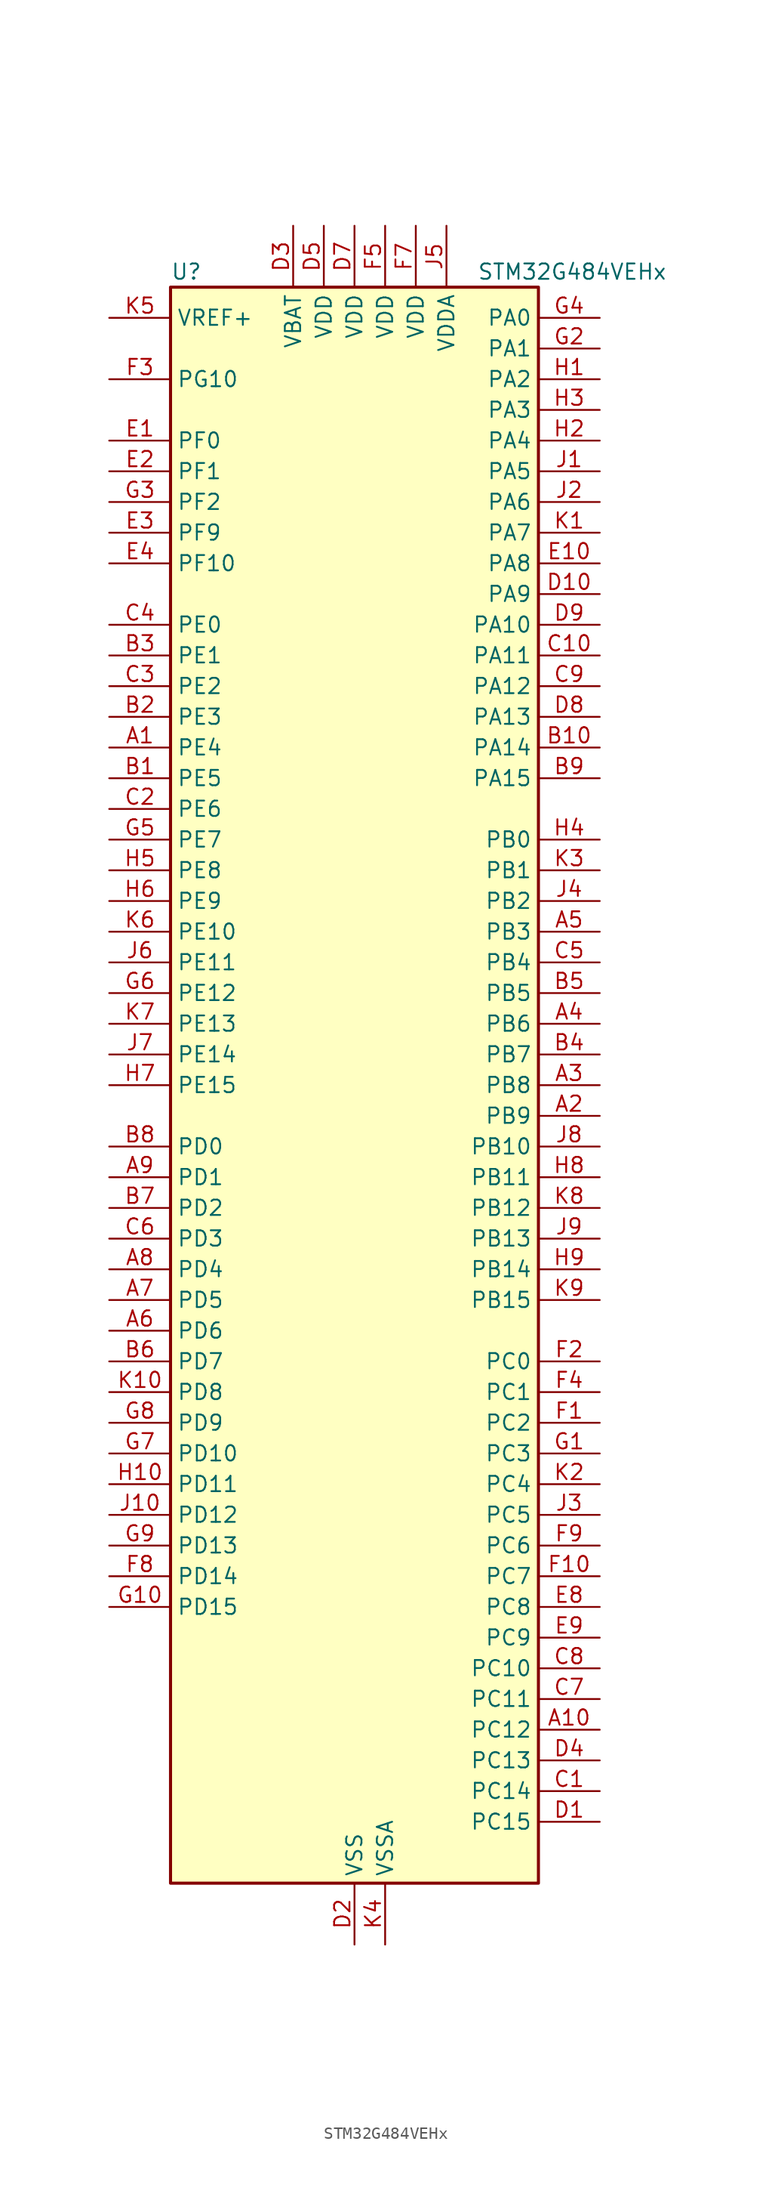
<source format=kicad_sym>
(kicad_symbol_lib
  (version 20231120)
  (generator "kicad_symbol_editor")
  (generator_version "8.0")
  (symbol "STM32G484VEHx"
    (property "Reference" "U"
      (at -15.24 67.31 0)
      (effects (font (size 1.27 1.27)) (justify left)))
    (property "Value" "STM32G484VEHx"
      (at 10.16 67.31 0)
      (effects (font (size 1.27 1.27)) (justify left)))
    (property "ki_locked" ""
      (at 0 0 0)
      (effects (font (size 1.27 1.27))))
    (symbol "STM32G484VEHx_0_1"
      (rectangle (start -15.24 -66.04) (end 15.24 66.04) (stroke (width 0.254) (type default)) (fill (type background))))
    (symbol "STM32G484VEHx_1_1"
      (pin bidirectional line (at -20.32 27.94 0) (length 5.08) (name "PE4" (effects (font (size 1.27 1.27)))) (number "A1" (effects (font (size 1.27 1.27)))) (alternate "FMC_A20" bidirectional line) (alternate "SAI1_D2" bidirectional line) (alternate "SAI1_FS_A" bidirectional line) (alternate "SPI4_NSS" bidirectional line) (alternate "SYS_TRACED1" bidirectional line) (alternate "TIM20_CH1N" bidirectional line) (alternate "TIM3_CH3" bidirectional line))
      (pin bidirectional line (at 20.32 -53.34 180) (length 5.08) (name "PC12" (effects (font (size 1.27 1.27)))) (number "A10" (effects (font (size 1.27 1.27)))) (alternate "HRTIM1_EEV1" bidirectional line) (alternate "I2S3_SD" bidirectional line) (alternate "SPI3_MOSI" bidirectional line) (alternate "TIM5_CH2" bidirectional line) (alternate "TIM8_CH3N" bidirectional line) (alternate "UART5_TX" bidirectional line) (alternate "UCPD1_FRSTX1" bidirectional line) (alternate "UCPD1_FRSTX2" bidirectional line) (alternate "USART3_CK" bidirectional line))
      (pin bidirectional line (at 20.32 -2.54 180) (length 5.08) (name "PB9" (effects (font (size 1.27 1.27)))) (number "A2" (effects (font (size 1.27 1.27)))) (alternate "COMP2_OUT" bidirectional line) (alternate "DAC1_EXTI9" bidirectional line) (alternate "DAC2_EXTI9" bidirectional line) (alternate "DAC3_EXTI9" bidirectional line) (alternate "DAC4_EXTI9" bidirectional line) (alternate "FDCAN1_TX" bidirectional line) (alternate "HRTIM1_EEV5" bidirectional line) (alternate "I2C1_SDA" bidirectional line) (alternate "IR_OUT" bidirectional line) (alternate "SAI1_D2" bidirectional line) (alternate "SAI1_FS_A" bidirectional line) (alternate "TIM17_CH1" bidirectional line) (alternate "TIM1_CH3N" bidirectional line) (alternate "TIM4_CH4" bidirectional line) (alternate "TIM8_CH3" bidirectional line) (alternate "USART3_TX" bidirectional line))
      (pin bidirectional line (at 20.32 0 180) (length 5.08) (name "PB8" (effects (font (size 1.27 1.27)))) (number "A3" (effects (font (size 1.27 1.27)))) (alternate "COMP1_OUT" bidirectional line) (alternate "FDCAN1_RX" bidirectional line) (alternate "HRTIM1_EEV8" bidirectional line) (alternate "I2C1_SCL" bidirectional line) (alternate "SAI1_CK1" bidirectional line) (alternate "SAI1_MCLK_A" bidirectional line) (alternate "TIM16_CH1" bidirectional line) (alternate "TIM1_BKIN" bidirectional line) (alternate "TIM4_CH3" bidirectional line) (alternate "TIM8_CH2" bidirectional line) (alternate "USART3_RX" bidirectional line))
      (pin bidirectional line (at 20.32 5.08 180) (length 5.08) (name "PB6" (effects (font (size 1.27 1.27)))) (number "A4" (effects (font (size 1.27 1.27)))) (alternate "COMP4_OUT" bidirectional line) (alternate "FDCAN2_TX" bidirectional line) (alternate "HRTIM1_EEV4" bidirectional line) (alternate "HRTIM1_SCIN" bidirectional line) (alternate "LPTIM1_ETR" bidirectional line) (alternate "SAI1_FS_B" bidirectional line) (alternate "TIM16_CH1N" bidirectional line) (alternate "TIM4_CH1" bidirectional line) (alternate "TIM8_BKIN2" bidirectional line) (alternate "TIM8_CH1" bidirectional line) (alternate "TIM8_ETR" bidirectional line) (alternate "UCPD1_CC1" bidirectional line) (alternate "USART1_TX" bidirectional line))
      (pin bidirectional line (at 20.32 12.7 180) (length 5.08) (name "PB3" (effects (font (size 1.27 1.27)))) (number "A5" (effects (font (size 1.27 1.27)))) (alternate "ADC3_EXTI3" bidirectional line) (alternate "ADC4_EXTI3" bidirectional line) (alternate "ADC5_EXTI3" bidirectional line) (alternate "CRS_SYNC" bidirectional line) (alternate "FDCAN3_RX" bidirectional line) (alternate "HRTIM1_EEV9" bidirectional line) (alternate "HRTIM1_SCOUT" bidirectional line) (alternate "I2S3_CK" bidirectional line) (alternate "SAI1_SCK_B" bidirectional line) (alternate "SPI1_SCK" bidirectional line) (alternate "SPI3_SCK" bidirectional line) (alternate "SYS_JTDO-SWO" bidirectional line) (alternate "TIM2_CH2" bidirectional line) (alternate "TIM3_ETR" bidirectional line) (alternate "TIM4_ETR" bidirectional line) (alternate "TIM8_CH1N" bidirectional line) (alternate "USART2_TX" bidirectional line))
      (pin bidirectional line (at -20.32 -20.32 0) (length 5.08) (name "PD6" (effects (font (size 1.27 1.27)))) (number "A6" (effects (font (size 1.27 1.27)))) (alternate "FMC_NWAIT" bidirectional line) (alternate "QUADSPI1_BK2_IO2" bidirectional line) (alternate "SAI1_D1" bidirectional line) (alternate "SAI1_SD_A" bidirectional line) (alternate "TIM2_CH4" bidirectional line) (alternate "USART2_RX" bidirectional line))
      (pin bidirectional line (at -20.32 -17.78 0) (length 5.08) (name "PD5" (effects (font (size 1.27 1.27)))) (number "A7" (effects (font (size 1.27 1.27)))) (alternate "FMC_NWE" bidirectional line) (alternate "QUADSPI1_BK2_IO1" bidirectional line) (alternate "USART2_TX" bidirectional line))
      (pin bidirectional line (at -20.32 -15.24 0) (length 5.08) (name "PD4" (effects (font (size 1.27 1.27)))) (number "A8" (effects (font (size 1.27 1.27)))) (alternate "FMC_NOE" bidirectional line) (alternate "QUADSPI1_BK2_IO0" bidirectional line) (alternate "TIM2_CH2" bidirectional line) (alternate "USART2_DE" bidirectional line) (alternate "USART2_RTS" bidirectional line))
      (pin bidirectional line (at -20.32 -7.62 0) (length 5.08) (name "PD1" (effects (font (size 1.27 1.27)))) (number "A9" (effects (font (size 1.27 1.27)))) (alternate "FDCAN1_TX" bidirectional line) (alternate "FMC_D3" bidirectional line) (alternate "FMC_DA3" bidirectional line) (alternate "TIM8_BKIN2" bidirectional line) (alternate "TIM8_CH4" bidirectional line))
      (pin bidirectional line (at -20.32 25.4 0) (length 5.08) (name "PE5" (effects (font (size 1.27 1.27)))) (number "B1" (effects (font (size 1.27 1.27)))) (alternate "FMC_A21" bidirectional line) (alternate "SAI1_CK2" bidirectional line) (alternate "SAI1_SCK_A" bidirectional line) (alternate "SPI4_MISO" bidirectional line) (alternate "SYS_TRACED2" bidirectional line) (alternate "TIM20_CH2N" bidirectional line) (alternate "TIM3_CH4" bidirectional line))
      (pin bidirectional line (at 20.32 27.94 180) (length 5.08) (name "PA14" (effects (font (size 1.27 1.27)))) (number "B10" (effects (font (size 1.27 1.27)))) (alternate "I2C1_SDA" bidirectional line) (alternate "I2C4_SMBA" bidirectional line) (alternate "LPTIM1_OUT" bidirectional line) (alternate "SAI1_FS_B" bidirectional line) (alternate "SYS_JTCK-SWCLK" bidirectional line) (alternate "TIM1_BKIN" bidirectional line) (alternate "TIM8_CH2" bidirectional line) (alternate "USART2_TX" bidirectional line))
      (pin bidirectional line (at -20.32 30.48 0) (length 5.08) (name "PE3" (effects (font (size 1.27 1.27)))) (number "B2" (effects (font (size 1.27 1.27)))) (alternate "ADC3_EXTI3" bidirectional line) (alternate "ADC4_EXTI3" bidirectional line) (alternate "ADC5_EXTI3" bidirectional line) (alternate "FMC_A19" bidirectional line) (alternate "SAI1_SD_B" bidirectional line) (alternate "SPI4_NSS" bidirectional line) (alternate "SYS_TRACED0" bidirectional line) (alternate "TIM20_CH2" bidirectional line) (alternate "TIM3_CH2" bidirectional line))
      (pin bidirectional line (at -20.32 35.56 0) (length 5.08) (name "PE1" (effects (font (size 1.27 1.27)))) (number "B3" (effects (font (size 1.27 1.27)))) (alternate "FMC_NBL1" bidirectional line) (alternate "TIM17_CH1" bidirectional line) (alternate "TIM20_CH4" bidirectional line) (alternate "USART1_RX" bidirectional line))
      (pin bidirectional line (at 20.32 2.54 180) (length 5.08) (name "PB7" (effects (font (size 1.27 1.27)))) (number "B4" (effects (font (size 1.27 1.27)))) (alternate "COMP3_OUT" bidirectional line) (alternate "FMC_NL" bidirectional line) (alternate "HRTIM1_EEV3" bidirectional line) (alternate "I2C1_SDA" bidirectional line) (alternate "I2C4_SDA" bidirectional line) (alternate "LPTIM1_IN2" bidirectional line) (alternate "SYS_PVD_IN" bidirectional line) (alternate "TIM17_CH1N" bidirectional line) (alternate "TIM3_CH4" bidirectional line) (alternate "TIM4_CH2" bidirectional line) (alternate "TIM8_BKIN" bidirectional line) (alternate "UART4_CTS" bidirectional line) (alternate "USART1_RX" bidirectional line))
      (pin bidirectional line (at 20.32 7.62 180) (length 5.08) (name "PB5" (effects (font (size 1.27 1.27)))) (number "B5" (effects (font (size 1.27 1.27)))) (alternate "FDCAN2_RX" bidirectional line) (alternate "HRTIM1_EEV6" bidirectional line) (alternate "I2C1_SMBA" bidirectional line) (alternate "I2C3_SDA" bidirectional line) (alternate "I2S3_SD" bidirectional line) (alternate "LPTIM1_IN1" bidirectional line) (alternate "SAI1_SD_B" bidirectional line) (alternate "SPI1_MOSI" bidirectional line) (alternate "SPI3_MOSI" bidirectional line) (alternate "TIM16_BKIN" bidirectional line) (alternate "TIM17_CH1" bidirectional line) (alternate "TIM3_CH2" bidirectional line) (alternate "TIM8_CH3N" bidirectional line) (alternate "UART5_CTS" bidirectional line) (alternate "USART2_CK" bidirectional line))
      (pin bidirectional line (at -20.32 -22.86 0) (length 5.08) (name "PD7" (effects (font (size 1.27 1.27)))) (number "B6" (effects (font (size 1.27 1.27)))) (alternate "FMC_NCE" bidirectional line) (alternate "FMC_NE1" bidirectional line) (alternate "QUADSPI1_BK2_IO3" bidirectional line) (alternate "TIM2_CH3" bidirectional line) (alternate "USART2_CK" bidirectional line))
      (pin bidirectional line (at -20.32 -10.16 0) (length 5.08) (name "PD2" (effects (font (size 1.27 1.27)))) (number "B7" (effects (font (size 1.27 1.27)))) (alternate "ADC3_EXTI2" bidirectional line) (alternate "ADC4_EXTI2" bidirectional line) (alternate "ADC5_EXTI2" bidirectional line) (alternate "TIM3_ETR" bidirectional line) (alternate "TIM8_BKIN" bidirectional line) (alternate "UART5_RX" bidirectional line))
      (pin bidirectional line (at -20.32 -5.08 0) (length 5.08) (name "PD0" (effects (font (size 1.27 1.27)))) (number "B8" (effects (font (size 1.27 1.27)))) (alternate "FDCAN1_RX" bidirectional line) (alternate "FMC_D2" bidirectional line) (alternate "FMC_DA2" bidirectional line) (alternate "TIM8_CH4N" bidirectional line))
      (pin bidirectional line (at 20.32 25.4 180) (length 5.08) (name "PA15" (effects (font (size 1.27 1.27)))) (number "B9" (effects (font (size 1.27 1.27)))) (alternate "ADC1_EXTI15" bidirectional line) (alternate "ADC2_EXTI15" bidirectional line) (alternate "FDCAN3_TX" bidirectional line) (alternate "HRTIM1_FLT2" bidirectional line) (alternate "I2C1_SCL" bidirectional line) (alternate "I2S3_WS" bidirectional line) (alternate "SPI1_NSS" bidirectional line) (alternate "SPI3_NSS" bidirectional line) (alternate "SYS_JTDI" bidirectional line) (alternate "TIM1_BKIN" bidirectional line) (alternate "TIM2_CH1" bidirectional line) (alternate "TIM2_ETR" bidirectional line) (alternate "TIM8_CH1" bidirectional line) (alternate "UART4_DE" bidirectional line) (alternate "UART4_RTS" bidirectional line) (alternate "USART2_RX" bidirectional line))
      (pin bidirectional line (at 20.32 -58.42 180) (length 5.08) (name "PC14" (effects (font (size 1.27 1.27)))) (number "C1" (effects (font (size 1.27 1.27)))) (alternate "RCC_OSC32_IN" bidirectional line))
      (pin bidirectional line (at 20.32 35.56 180) (length 5.08) (name "PA11" (effects (font (size 1.27 1.27)))) (number "C10" (effects (font (size 1.27 1.27)))) (alternate "ADC1_EXTI11" bidirectional line) (alternate "ADC2_EXTI11" bidirectional line) (alternate "COMP1_OUT" bidirectional line) (alternate "FDCAN1_RX" bidirectional line) (alternate "HRTIM1_CHB2" bidirectional line) (alternate "I2S2_SD" bidirectional line) (alternate "SPI2_MOSI" bidirectional line) (alternate "TIM1_BKIN2" bidirectional line) (alternate "TIM1_CH1N" bidirectional line) (alternate "TIM1_CH4" bidirectional line) (alternate "TIM4_CH1" bidirectional line) (alternate "USART1_CTS" bidirectional line) (alternate "USART1_NSS" bidirectional line) (alternate "USB_DM" bidirectional line))
      (pin bidirectional line (at -20.32 22.86 0) (length 5.08) (name "PE6" (effects (font (size 1.27 1.27)))) (number "C2" (effects (font (size 1.27 1.27)))) (alternate "FMC_A22" bidirectional line) (alternate "RTC_TAMP3" bidirectional line) (alternate "SAI1_D1" bidirectional line) (alternate "SAI1_SD_A" bidirectional line) (alternate "SPI4_MOSI" bidirectional line) (alternate "SYS_TRACED3" bidirectional line) (alternate "SYS_WKUP3" bidirectional line) (alternate "TIM20_CH3N" bidirectional line))
      (pin bidirectional line (at -20.32 33.02 0) (length 5.08) (name "PE2" (effects (font (size 1.27 1.27)))) (number "C3" (effects (font (size 1.27 1.27)))) (alternate "ADC3_EXTI2" bidirectional line) (alternate "ADC4_EXTI2" bidirectional line) (alternate "ADC5_EXTI2" bidirectional line) (alternate "FMC_A23" bidirectional line) (alternate "SAI1_CK1" bidirectional line) (alternate "SAI1_MCLK_A" bidirectional line) (alternate "SPI4_SCK" bidirectional line) (alternate "SYS_TRACECLK" bidirectional line) (alternate "TIM20_CH1" bidirectional line) (alternate "TIM3_CH1" bidirectional line))
      (pin bidirectional line (at -20.32 38.1 0) (length 5.08) (name "PE0" (effects (font (size 1.27 1.27)))) (number "C4" (effects (font (size 1.27 1.27)))) (alternate "FMC_NBL0" bidirectional line) (alternate "TIM16_CH1" bidirectional line) (alternate "TIM20_CH4N" bidirectional line) (alternate "TIM20_ETR" bidirectional line) (alternate "TIM4_ETR" bidirectional line) (alternate "USART1_TX" bidirectional line))
      (pin bidirectional line (at 20.32 10.16 180) (length 5.08) (name "PB4" (effects (font (size 1.27 1.27)))) (number "C5" (effects (font (size 1.27 1.27)))) (alternate "FDCAN3_TX" bidirectional line) (alternate "HRTIM1_EEV7" bidirectional line) (alternate "SAI1_MCLK_B" bidirectional line) (alternate "SPI1_MISO" bidirectional line) (alternate "SPI3_MISO" bidirectional line) (alternate "SYS_JTRST" bidirectional line) (alternate "TIM16_CH1" bidirectional line) (alternate "TIM17_BKIN" bidirectional line) (alternate "TIM3_CH1" bidirectional line) (alternate "TIM8_CH2N" bidirectional line) (alternate "UART5_DE" bidirectional line) (alternate "UART5_RTS" bidirectional line) (alternate "UCPD1_CC2" bidirectional line) (alternate "USART2_RX" bidirectional line))
      (pin bidirectional line (at -20.32 -12.7 0) (length 5.08) (name "PD3" (effects (font (size 1.27 1.27)))) (number "C6" (effects (font (size 1.27 1.27)))) (alternate "ADC3_EXTI3" bidirectional line) (alternate "ADC4_EXTI3" bidirectional line) (alternate "ADC5_EXTI3" bidirectional line) (alternate "FMC_CLK" bidirectional line) (alternate "QUADSPI1_BK2_NCS" bidirectional line) (alternate "TIM2_CH1" bidirectional line) (alternate "TIM2_ETR" bidirectional line) (alternate "USART2_CTS" bidirectional line) (alternate "USART2_NSS" bidirectional line))
      (pin bidirectional line (at 20.32 -50.8 180) (length 5.08) (name "PC11" (effects (font (size 1.27 1.27)))) (number "C7" (effects (font (size 1.27 1.27)))) (alternate "ADC1_EXTI11" bidirectional line) (alternate "ADC2_EXTI11" bidirectional line) (alternate "HRTIM1_EEV2" bidirectional line) (alternate "I2C3_SDA" bidirectional line) (alternate "SPI3_MISO" bidirectional line) (alternate "TIM8_CH2N" bidirectional line) (alternate "UART4_RX" bidirectional line) (alternate "USART3_RX" bidirectional line))
      (pin bidirectional line (at 20.32 -48.26 180) (length 5.08) (name "PC10" (effects (font (size 1.27 1.27)))) (number "C8" (effects (font (size 1.27 1.27)))) (alternate "DAC1_EXTI10" bidirectional line) (alternate "DAC2_EXTI10" bidirectional line) (alternate "DAC3_EXTI10" bidirectional line) (alternate "DAC4_EXTI10" bidirectional line) (alternate "HRTIM1_FLT6" bidirectional line) (alternate "I2S3_CK" bidirectional line) (alternate "SPI3_SCK" bidirectional line) (alternate "TIM8_CH1N" bidirectional line) (alternate "UART4_TX" bidirectional line) (alternate "USART3_TX" bidirectional line))
      (pin bidirectional line (at 20.32 33.02 180) (length 5.08) (name "PA12" (effects (font (size 1.27 1.27)))) (number "C9" (effects (font (size 1.27 1.27)))) (alternate "COMP2_OUT" bidirectional line) (alternate "FDCAN1_TX" bidirectional line) (alternate "HRTIM1_FLT1" bidirectional line) (alternate "I2S_CKIN" bidirectional line) (alternate "TIM16_CH1" bidirectional line) (alternate "TIM1_CH2N" bidirectional line) (alternate "TIM1_ETR" bidirectional line) (alternate "TIM4_CH2" bidirectional line) (alternate "USART1_DE" bidirectional line) (alternate "USART1_RTS" bidirectional line) (alternate "USB_DP" bidirectional line))
      (pin bidirectional line (at 20.32 -60.96 180) (length 5.08) (name "PC15" (effects (font (size 1.27 1.27)))) (number "D1" (effects (font (size 1.27 1.27)))) (alternate "ADC1_EXTI15" bidirectional line) (alternate "ADC2_EXTI15" bidirectional line) (alternate "RCC_OSC32_OUT" bidirectional line))
      (pin bidirectional line (at 20.32 40.64 180) (length 5.08) (name "PA9" (effects (font (size 1.27 1.27)))) (number "D10" (effects (font (size 1.27 1.27)))) (alternate "ADC5_IN2" bidirectional line) (alternate "COMP5_OUT" bidirectional line) (alternate "DAC1_EXTI9" bidirectional line) (alternate "DAC2_EXTI9" bidirectional line) (alternate "DAC3_EXTI9" bidirectional line) (alternate "DAC4_EXTI9" bidirectional line) (alternate "HRTIM1_CHA2" bidirectional line) (alternate "I2C2_SCL" bidirectional line) (alternate "I2C3_SMBA" bidirectional line) (alternate "I2S3_MCK" bidirectional line) (alternate "SAI1_FS_A" bidirectional line) (alternate "TIM15_BKIN" bidirectional line) (alternate "TIM1_CH2" bidirectional line) (alternate "TIM2_CH3" bidirectional line) (alternate "UCPD1_DBCC1" bidirectional line) (alternate "USART1_TX" bidirectional line))
      (pin power_in line (at 0 -71.12 90) (length 5.08) (name "VSS" (effects (font (size 1.27 1.27)))) (number "D2" (effects (font (size 1.27 1.27)))))
      (pin power_in line (at -5.08 71.12 270) (length 5.08) (name "VBAT" (effects (font (size 1.27 1.27)))) (number "D3" (effects (font (size 1.27 1.27)))))
      (pin bidirectional line (at 20.32 -55.88 180) (length 5.08) (name "PC13" (effects (font (size 1.27 1.27)))) (number "D4" (effects (font (size 1.27 1.27)))) (alternate "RTC_OUT1" bidirectional line) (alternate "RTC_TAMP1" bidirectional line) (alternate "RTC_TS" bidirectional line) (alternate "SYS_WKUP2" bidirectional line) (alternate "TIM1_BKIN" bidirectional line) (alternate "TIM1_CH1N" bidirectional line) (alternate "TIM8_CH4N" bidirectional line))
      (pin power_in line (at -2.54 71.12 270) (length 5.08) (name "VDD" (effects (font (size 1.27 1.27)))) (number "D5" (effects (font (size 1.27 1.27)))))
      (pin passive line (at 0 -71.12 90) (length 5.08) hide (name "VSS" (effects (font (size 1.27 1.27)))) (number "D6" (effects (font (size 1.27 1.27)))))
      (pin power_in line (at 0 71.12 270) (length 5.08) (name "VDD" (effects (font (size 1.27 1.27)))) (number "D7" (effects (font (size 1.27 1.27)))))
      (pin bidirectional line (at 20.32 30.48 180) (length 5.08) (name "PA13" (effects (font (size 1.27 1.27)))) (number "D8" (effects (font (size 1.27 1.27)))) (alternate "I2C1_SCL" bidirectional line) (alternate "I2C4_SCL" bidirectional line) (alternate "IR_OUT" bidirectional line) (alternate "SAI1_SD_B" bidirectional line) (alternate "SYS_JTMS-SWDIO" bidirectional line) (alternate "TIM16_CH1N" bidirectional line) (alternate "TIM4_CH3" bidirectional line) (alternate "USART3_CTS" bidirectional line) (alternate "USART3_NSS" bidirectional line))
      (pin bidirectional line (at 20.32 38.1 180) (length 5.08) (name "PA10" (effects (font (size 1.27 1.27)))) (number "D9" (effects (font (size 1.27 1.27)))) (alternate "COMP6_OUT" bidirectional line) (alternate "CRS_SYNC" bidirectional line) (alternate "DAC1_EXTI10" bidirectional line) (alternate "DAC2_EXTI10" bidirectional line) (alternate "DAC3_EXTI10" bidirectional line) (alternate "DAC4_EXTI10" bidirectional line) (alternate "HRTIM1_CHB1" bidirectional line) (alternate "I2C2_SMBA" bidirectional line) (alternate "SAI1_D1" bidirectional line) (alternate "SAI1_SD_A" bidirectional line) (alternate "SPI2_MISO" bidirectional line) (alternate "TIM17_BKIN" bidirectional line) (alternate "TIM1_CH3" bidirectional line) (alternate "TIM2_CH4" bidirectional line) (alternate "TIM8_BKIN" bidirectional line) (alternate "UCPD1_DBCC2" bidirectional line) (alternate "USART1_RX" bidirectional line))
      (pin bidirectional line (at -20.32 53.34 0) (length 5.08) (name "PF0" (effects (font (size 1.27 1.27)))) (number "E1" (effects (font (size 1.27 1.27)))) (alternate "ADC1_IN10" bidirectional line) (alternate "I2C2_SDA" bidirectional line) (alternate "I2S2_WS" bidirectional line) (alternate "RCC_OSC_IN" bidirectional line) (alternate "SPI2_NSS" bidirectional line) (alternate "TIM1_CH3N" bidirectional line))
      (pin bidirectional line (at 20.32 43.18 180) (length 5.08) (name "PA8" (effects (font (size 1.27 1.27)))) (number "E10" (effects (font (size 1.27 1.27)))) (alternate "ADC5_IN1" bidirectional line) (alternate "COMP7_OUT" bidirectional line) (alternate "FDCAN3_RX" bidirectional line) (alternate "HRTIM1_CHA1" bidirectional line) (alternate "I2C2_SDA" bidirectional line) (alternate "I2C3_SCL" bidirectional line) (alternate "I2S2_MCK" bidirectional line) (alternate "OPAMP5_VOUT" bidirectional line) (alternate "RCC_MCO" bidirectional line) (alternate "SAI1_CK2" bidirectional line) (alternate "SAI1_SCK_A" bidirectional line) (alternate "TIM1_CH1" bidirectional line) (alternate "TIM4_ETR" bidirectional line) (alternate "USART1_CK" bidirectional line))
      (pin bidirectional line (at -20.32 50.8 0) (length 5.08) (name "PF1" (effects (font (size 1.27 1.27)))) (number "E2" (effects (font (size 1.27 1.27)))) (alternate "ADC2_IN10" bidirectional line) (alternate "COMP3_INM" bidirectional line) (alternate "I2S2_CK" bidirectional line) (alternate "RCC_OSC_OUT" bidirectional line) (alternate "SPI2_SCK" bidirectional line))
      (pin bidirectional line (at -20.32 45.72 0) (length 5.08) (name "PF9" (effects (font (size 1.27 1.27)))) (number "E3" (effects (font (size 1.27 1.27)))) (alternate "DAC1_EXTI9" bidirectional line) (alternate "DAC2_EXTI9" bidirectional line) (alternate "DAC3_EXTI9" bidirectional line) (alternate "DAC4_EXTI9" bidirectional line) (alternate "FMC_A25" bidirectional line) (alternate "QUADSPI1_BK1_IO1" bidirectional line) (alternate "SAI1_FS_B" bidirectional line) (alternate "SPI2_SCK" bidirectional line) (alternate "TIM15_CH1" bidirectional line) (alternate "TIM20_BKIN" bidirectional line) (alternate "TIM5_CH4" bidirectional line))
      (pin bidirectional line (at -20.32 43.18 0) (length 5.08) (name "PF10" (effects (font (size 1.27 1.27)))) (number "E4" (effects (font (size 1.27 1.27)))) (alternate "DAC1_EXTI10" bidirectional line) (alternate "DAC2_EXTI10" bidirectional line) (alternate "DAC3_EXTI10" bidirectional line) (alternate "DAC4_EXTI10" bidirectional line) (alternate "FMC_A0" bidirectional line) (alternate "QUADSPI1_CLK" bidirectional line) (alternate "SAI1_D3" bidirectional line) (alternate "SPI2_SCK" bidirectional line) (alternate "TIM15_CH2" bidirectional line) (alternate "TIM20_BKIN2" bidirectional line))
      (pin passive line (at 0 -71.12 90) (length 5.08) hide (name "VSS" (effects (font (size 1.27 1.27)))) (number "E5" (effects (font (size 1.27 1.27)))))
      (pin passive line (at 0 -71.12 90) (length 5.08) hide (name "VSS" (effects (font (size 1.27 1.27)))) (number "E6" (effects (font (size 1.27 1.27)))))
      (pin passive line (at 0 -71.12 90) (length 5.08) hide (name "VSS" (effects (font (size 1.27 1.27)))) (number "E7" (effects (font (size 1.27 1.27)))))
      (pin bidirectional line (at 20.32 -43.18 180) (length 5.08) (name "PC8" (effects (font (size 1.27 1.27)))) (number "E8" (effects (font (size 1.27 1.27)))) (alternate "COMP7_OUT" bidirectional line) (alternate "HRTIM1_CHE1" bidirectional line) (alternate "I2C3_SCL" bidirectional line) (alternate "TIM20_CH3" bidirectional line) (alternate "TIM3_CH3" bidirectional line) (alternate "TIM8_CH3" bidirectional line))
      (pin bidirectional line (at 20.32 -45.72 180) (length 5.08) (name "PC9" (effects (font (size 1.27 1.27)))) (number "E9" (effects (font (size 1.27 1.27)))) (alternate "DAC1_EXTI9" bidirectional line) (alternate "DAC2_EXTI9" bidirectional line) (alternate "DAC3_EXTI9" bidirectional line) (alternate "DAC4_EXTI9" bidirectional line) (alternate "HRTIM1_CHE2" bidirectional line) (alternate "I2C3_SDA" bidirectional line) (alternate "I2S_CKIN" bidirectional line) (alternate "TIM3_CH4" bidirectional line) (alternate "TIM8_BKIN2" bidirectional line) (alternate "TIM8_CH4" bidirectional line))
      (pin bidirectional line (at 20.32 -27.94 180) (length 5.08) (name "PC2" (effects (font (size 1.27 1.27)))) (number "F1" (effects (font (size 1.27 1.27)))) (alternate "ADC1_IN8" bidirectional line) (alternate "ADC2_IN8" bidirectional line) (alternate "ADC3_EXTI2" bidirectional line) (alternate "ADC4_EXTI2" bidirectional line) (alternate "ADC5_EXTI2" bidirectional line) (alternate "COMP3_OUT" bidirectional line) (alternate "LPTIM1_IN2" bidirectional line) (alternate "QUADSPI1_BK2_IO1" bidirectional line) (alternate "TIM1_CH3" bidirectional line) (alternate "TIM20_CH2" bidirectional line))
      (pin bidirectional line (at 20.32 -40.64 180) (length 5.08) (name "PC7" (effects (font (size 1.27 1.27)))) (number "F10" (effects (font (size 1.27 1.27)))) (alternate "COMP5_OUT" bidirectional line) (alternate "HRTIM1_CHF2" bidirectional line) (alternate "HRTIM1_FLT5" bidirectional line) (alternate "I2C4_SDA" bidirectional line) (alternate "I2S3_MCK" bidirectional line) (alternate "TIM3_CH2" bidirectional line) (alternate "TIM8_CH2" bidirectional line))
      (pin bidirectional line (at 20.32 -22.86 180) (length 5.08) (name "PC0" (effects (font (size 1.27 1.27)))) (number "F2" (effects (font (size 1.27 1.27)))) (alternate "ADC1_IN6" bidirectional line) (alternate "ADC2_IN6" bidirectional line) (alternate "COMP3_INM" bidirectional line) (alternate "LPTIM1_IN1" bidirectional line) (alternate "LPUART1_RX" bidirectional line) (alternate "TIM1_CH1" bidirectional line))
      (pin bidirectional line (at -20.32 58.42 0) (length 5.08) (name "PG10" (effects (font (size 1.27 1.27)))) (number "F3" (effects (font (size 1.27 1.27)))) (alternate "DAC1_EXTI10" bidirectional line) (alternate "DAC2_EXTI10" bidirectional line) (alternate "DAC3_EXTI10" bidirectional line) (alternate "DAC4_EXTI10" bidirectional line) (alternate "RCC_MCO" bidirectional line))
      (pin bidirectional line (at 20.32 -25.4 180) (length 5.08) (name "PC1" (effects (font (size 1.27 1.27)))) (number "F4" (effects (font (size 1.27 1.27)))) (alternate "ADC1_IN7" bidirectional line) (alternate "ADC2_IN7" bidirectional line) (alternate "COMP3_INP" bidirectional line) (alternate "LPTIM1_OUT" bidirectional line) (alternate "LPUART1_TX" bidirectional line) (alternate "QUADSPI1_BK2_IO0" bidirectional line) (alternate "SAI1_SD_A" bidirectional line) (alternate "TIM1_CH2" bidirectional line))
      (pin power_in line (at 2.54 71.12 270) (length 5.08) (name "VDD" (effects (font (size 1.27 1.27)))) (number "F5" (effects (font (size 1.27 1.27)))))
      (pin passive line (at 0 -71.12 90) (length 5.08) hide (name "VSS" (effects (font (size 1.27 1.27)))) (number "F6" (effects (font (size 1.27 1.27)))))
      (pin power_in line (at 5.08 71.12 270) (length 5.08) (name "VDD" (effects (font (size 1.27 1.27)))) (number "F7" (effects (font (size 1.27 1.27)))))
      (pin bidirectional line (at -20.32 -40.64 0) (length 5.08) (name "PD14" (effects (font (size 1.27 1.27)))) (number "F8" (effects (font (size 1.27 1.27)))) (alternate "ADC3_IN11" bidirectional line) (alternate "ADC4_IN11" bidirectional line) (alternate "ADC5_IN11" bidirectional line) (alternate "COMP7_INP" bidirectional line) (alternate "FMC_D0" bidirectional line) (alternate "FMC_DA0" bidirectional line) (alternate "OPAMP2_VINP" bidirectional line) (alternate "OPAMP2_VINP_SEC" bidirectional line) (alternate "TIM4_CH3" bidirectional line))
      (pin bidirectional line (at 20.32 -38.1 180) (length 5.08) (name "PC6" (effects (font (size 1.27 1.27)))) (number "F9" (effects (font (size 1.27 1.27)))) (alternate "COMP6_OUT" bidirectional line) (alternate "HRTIM1_CHF1" bidirectional line) (alternate "HRTIM1_EEV10" bidirectional line) (alternate "I2C4_SCL" bidirectional line) (alternate "I2S2_MCK" bidirectional line) (alternate "TIM3_CH1" bidirectional line) (alternate "TIM8_CH1" bidirectional line))
      (pin bidirectional line (at 20.32 -30.48 180) (length 5.08) (name "PC3" (effects (font (size 1.27 1.27)))) (number "G1" (effects (font (size 1.27 1.27)))) (alternate "ADC1_IN9" bidirectional line) (alternate "ADC2_IN9" bidirectional line) (alternate "ADC3_EXTI3" bidirectional line) (alternate "ADC4_EXTI3" bidirectional line) (alternate "ADC5_EXTI3" bidirectional line) (alternate "LPTIM1_ETR" bidirectional line) (alternate "OPAMP5_VINP" bidirectional line) (alternate "OPAMP5_VINP_SEC" bidirectional line) (alternate "QUADSPI1_BK2_IO2" bidirectional line) (alternate "SAI1_D1" bidirectional line) (alternate "SAI1_SD_A" bidirectional line) (alternate "TIM1_BKIN2" bidirectional line) (alternate "TIM1_CH4" bidirectional line))
      (pin bidirectional line (at -20.32 -43.18 0) (length 5.08) (name "PD15" (effects (font (size 1.27 1.27)))) (number "G10" (effects (font (size 1.27 1.27)))) (alternate "ADC1_EXTI15" bidirectional line) (alternate "ADC2_EXTI15" bidirectional line) (alternate "COMP7_INM" bidirectional line) (alternate "FMC_D1" bidirectional line) (alternate "FMC_DA1" bidirectional line) (alternate "SPI2_NSS" bidirectional line) (alternate "TIM4_CH4" bidirectional line))
      (pin bidirectional line (at 20.32 60.96 180) (length 5.08) (name "PA1" (effects (font (size 1.27 1.27)))) (number "G2" (effects (font (size 1.27 1.27)))) (alternate "ADC1_IN2" bidirectional line) (alternate "ADC2_IN2" bidirectional line) (alternate "COMP1_INP" bidirectional line) (alternate "OPAMP1_VINP" bidirectional line) (alternate "OPAMP1_VINP_SEC" bidirectional line) (alternate "OPAMP3_VINP" bidirectional line) (alternate "OPAMP3_VINP_SEC" bidirectional line) (alternate "OPAMP6_VINM" bidirectional line) (alternate "OPAMP6_VINM0" bidirectional line) (alternate "OPAMP6_VINM_SEC" bidirectional line) (alternate "RTC_REFIN" bidirectional line) (alternate "TIM15_CH1N" bidirectional line) (alternate "TIM2_CH2" bidirectional line) (alternate "TIM5_CH2" bidirectional line) (alternate "USART2_DE" bidirectional line) (alternate "USART2_RTS" bidirectional line))
      (pin bidirectional line (at -20.32 48.26 0) (length 5.08) (name "PF2" (effects (font (size 1.27 1.27)))) (number "G3" (effects (font (size 1.27 1.27)))) (alternate "ADC3_EXTI2" bidirectional line) (alternate "ADC4_EXTI2" bidirectional line) (alternate "ADC5_EXTI2" bidirectional line) (alternate "FMC_A2" bidirectional line) (alternate "I2C2_SMBA" bidirectional line) (alternate "TIM20_CH3" bidirectional line))
      (pin bidirectional line (at 20.32 63.5 180) (length 5.08) (name "PA0" (effects (font (size 1.27 1.27)))) (number "G4" (effects (font (size 1.27 1.27)))) (alternate "ADC1_IN1" bidirectional line) (alternate "ADC2_IN1" bidirectional line) (alternate "COMP1_INM" bidirectional line) (alternate "COMP1_OUT" bidirectional line) (alternate "COMP3_INP" bidirectional line) (alternate "RTC_TAMP2" bidirectional line) (alternate "SYS_WKUP1" bidirectional line) (alternate "TIM2_CH1" bidirectional line) (alternate "TIM2_ETR" bidirectional line) (alternate "TIM5_CH1" bidirectional line) (alternate "TIM8_BKIN" bidirectional line) (alternate "TIM8_ETR" bidirectional line) (alternate "USART2_CTS" bidirectional line) (alternate "USART2_NSS" bidirectional line))
      (pin bidirectional line (at -20.32 20.32 0) (length 5.08) (name "PE7" (effects (font (size 1.27 1.27)))) (number "G5" (effects (font (size 1.27 1.27)))) (alternate "ADC3_IN4" bidirectional line) (alternate "COMP4_INP" bidirectional line) (alternate "FMC_D4" bidirectional line) (alternate "FMC_DA4" bidirectional line) (alternate "SAI1_SD_B" bidirectional line) (alternate "TIM1_ETR" bidirectional line))
      (pin bidirectional line (at -20.32 7.62 0) (length 5.08) (name "PE12" (effects (font (size 1.27 1.27)))) (number "G6" (effects (font (size 1.27 1.27)))) (alternate "ADC3_IN16" bidirectional line) (alternate "ADC4_IN16" bidirectional line) (alternate "ADC5_IN16" bidirectional line) (alternate "FMC_D9" bidirectional line) (alternate "FMC_DA9" bidirectional line) (alternate "QUADSPI1_BK1_IO0" bidirectional line) (alternate "SPI4_SCK" bidirectional line) (alternate "TIM1_CH3N" bidirectional line))
      (pin bidirectional line (at -20.32 -30.48 0) (length 5.08) (name "PD10" (effects (font (size 1.27 1.27)))) (number "G7" (effects (font (size 1.27 1.27)))) (alternate "ADC3_IN7" bidirectional line) (alternate "ADC4_IN7" bidirectional line) (alternate "ADC5_IN7" bidirectional line) (alternate "COMP6_INM" bidirectional line) (alternate "DAC1_EXTI10" bidirectional line) (alternate "DAC2_EXTI10" bidirectional line) (alternate "DAC3_EXTI10" bidirectional line) (alternate "DAC4_EXTI10" bidirectional line) (alternate "FMC_D15" bidirectional line) (alternate "FMC_DA15" bidirectional line) (alternate "USART3_CK" bidirectional line))
      (pin bidirectional line (at -20.32 -27.94 0) (length 5.08) (name "PD9" (effects (font (size 1.27 1.27)))) (number "G8" (effects (font (size 1.27 1.27)))) (alternate "ADC4_IN13" bidirectional line) (alternate "ADC5_IN13" bidirectional line) (alternate "DAC1_EXTI9" bidirectional line) (alternate "DAC2_EXTI9" bidirectional line) (alternate "DAC3_EXTI9" bidirectional line) (alternate "DAC4_EXTI9" bidirectional line) (alternate "FMC_D14" bidirectional line) (alternate "FMC_DA14" bidirectional line) (alternate "OPAMP6_VINP" bidirectional line) (alternate "OPAMP6_VINP_SEC" bidirectional line) (alternate "USART3_RX" bidirectional line))
      (pin bidirectional line (at -20.32 -38.1 0) (length 5.08) (name "PD13" (effects (font (size 1.27 1.27)))) (number "G9" (effects (font (size 1.27 1.27)))) (alternate "ADC3_IN10" bidirectional line) (alternate "ADC4_IN10" bidirectional line) (alternate "ADC5_IN10" bidirectional line) (alternate "COMP5_INM" bidirectional line) (alternate "FMC_A18" bidirectional line) (alternate "TIM4_CH2" bidirectional line))
      (pin bidirectional line (at 20.32 58.42 180) (length 5.08) (name "PA2" (effects (font (size 1.27 1.27)))) (number "H1" (effects (font (size 1.27 1.27)))) (alternate "ADC1_IN3" bidirectional line) (alternate "ADC3_EXTI2" bidirectional line) (alternate "ADC4_EXTI2" bidirectional line) (alternate "ADC5_EXTI2" bidirectional line) (alternate "COMP2_INM" bidirectional line) (alternate "COMP2_OUT" bidirectional line) (alternate "LPUART1_TX" bidirectional line) (alternate "OPAMP1_VOUT" bidirectional line) (alternate "QUADSPI1_BK1_NCS" bidirectional line) (alternate "RCC_LSCO" bidirectional line) (alternate "SYS_WKUP4" bidirectional line) (alternate "TIM15_CH1" bidirectional line) (alternate "TIM2_CH3" bidirectional line) (alternate "TIM5_CH3" bidirectional line) (alternate "UCPD1_FRSTX1" bidirectional line) (alternate "UCPD1_FRSTX2" bidirectional line) (alternate "USART2_TX" bidirectional line))
      (pin bidirectional line (at -20.32 -33.02 0) (length 5.08) (name "PD11" (effects (font (size 1.27 1.27)))) (number "H10" (effects (font (size 1.27 1.27)))) (alternate "ADC1_EXTI11" bidirectional line) (alternate "ADC2_EXTI11" bidirectional line) (alternate "ADC3_IN8" bidirectional line) (alternate "ADC4_IN8" bidirectional line) (alternate "ADC5_IN8" bidirectional line) (alternate "COMP6_INP" bidirectional line) (alternate "FMC_A16" bidirectional line) (alternate "FMC_CLE" bidirectional line) (alternate "I2C4_SMBA" bidirectional line) (alternate "OPAMP4_VINP" bidirectional line) (alternate "OPAMP4_VINP_SEC" bidirectional line) (alternate "TIM5_ETR" bidirectional line) (alternate "USART3_CTS" bidirectional line) (alternate "USART3_NSS" bidirectional line))
      (pin bidirectional line (at 20.32 53.34 180) (length 5.08) (name "PA4" (effects (font (size 1.27 1.27)))) (number "H2" (effects (font (size 1.27 1.27)))) (alternate "ADC2_IN17" bidirectional line) (alternate "COMP1_INM" bidirectional line) (alternate "DAC1_OUT1" bidirectional line) (alternate "I2S3_WS" bidirectional line) (alternate "SAI1_FS_B" bidirectional line) (alternate "SPI1_NSS" bidirectional line) (alternate "SPI3_NSS" bidirectional line) (alternate "TIM3_CH2" bidirectional line) (alternate "USART2_CK" bidirectional line))
      (pin bidirectional line (at 20.32 55.88 180) (length 5.08) (name "PA3" (effects (font (size 1.27 1.27)))) (number "H3" (effects (font (size 1.27 1.27)))) (alternate "ADC1_IN4" bidirectional line) (alternate "ADC3_EXTI3" bidirectional line) (alternate "ADC4_EXTI3" bidirectional line) (alternate "ADC5_EXTI3" bidirectional line) (alternate "COMP2_INP" bidirectional line) (alternate "LPUART1_RX" bidirectional line) (alternate "OPAMP1_VINM" bidirectional line) (alternate "OPAMP1_VINM0" bidirectional line) (alternate "OPAMP1_VINM_SEC" bidirectional line) (alternate "OPAMP1_VINP" bidirectional line) (alternate "OPAMP1_VINP_SEC" bidirectional line) (alternate "OPAMP5_VINM" bidirectional line) (alternate "OPAMP5_VINM1" bidirectional line) (alternate "OPAMP5_VINM_SEC" bidirectional line) (alternate "QUADSPI1_CLK" bidirectional line) (alternate "SAI1_CK1" bidirectional line) (alternate "SAI1_MCLK_A" bidirectional line) (alternate "TIM15_CH2" bidirectional line) (alternate "TIM2_CH4" bidirectional line) (alternate "TIM5_CH4" bidirectional line) (alternate "USART2_RX" bidirectional line))
      (pin bidirectional line (at 20.32 20.32 180) (length 5.08) (name "PB0" (effects (font (size 1.27 1.27)))) (number "H4" (effects (font (size 1.27 1.27)))) (alternate "ADC1_IN15" bidirectional line) (alternate "ADC3_IN12" bidirectional line) (alternate "COMP4_INP" bidirectional line) (alternate "HRTIM1_FLT5" bidirectional line) (alternate "OPAMP2_VINP" bidirectional line) (alternate "OPAMP2_VINP_SEC" bidirectional line) (alternate "OPAMP3_VINP" bidirectional line) (alternate "OPAMP3_VINP_SEC" bidirectional line) (alternate "QUADSPI1_BK1_IO1" bidirectional line) (alternate "TIM1_CH2N" bidirectional line) (alternate "TIM3_CH3" bidirectional line) (alternate "TIM8_CH2N" bidirectional line) (alternate "UCPD1_FRSTX1" bidirectional line) (alternate "UCPD1_FRSTX2" bidirectional line))
      (pin bidirectional line (at -20.32 17.78 0) (length 5.08) (name "PE8" (effects (font (size 1.27 1.27)))) (number "H5" (effects (font (size 1.27 1.27)))) (alternate "ADC3_IN6" bidirectional line) (alternate "ADC4_IN6" bidirectional line) (alternate "ADC5_IN6" bidirectional line) (alternate "COMP4_INM" bidirectional line) (alternate "FMC_D5" bidirectional line) (alternate "FMC_DA5" bidirectional line) (alternate "SAI1_SCK_B" bidirectional line) (alternate "TIM1_CH1N" bidirectional line) (alternate "TIM5_CH3" bidirectional line))
      (pin bidirectional line (at -20.32 15.24 0) (length 5.08) (name "PE9" (effects (font (size 1.27 1.27)))) (number "H6" (effects (font (size 1.27 1.27)))) (alternate "ADC3_IN2" bidirectional line) (alternate "DAC1_EXTI9" bidirectional line) (alternate "DAC2_EXTI9" bidirectional line) (alternate "DAC3_EXTI9" bidirectional line) (alternate "DAC4_EXTI9" bidirectional line) (alternate "FMC_D6" bidirectional line) (alternate "FMC_DA6" bidirectional line) (alternate "SAI1_FS_B" bidirectional line) (alternate "TIM1_CH1" bidirectional line) (alternate "TIM5_CH4" bidirectional line))
      (pin bidirectional line (at -20.32 0 0) (length 5.08) (name "PE15" (effects (font (size 1.27 1.27)))) (number "H7" (effects (font (size 1.27 1.27)))) (alternate "ADC1_EXTI15" bidirectional line) (alternate "ADC2_EXTI15" bidirectional line) (alternate "ADC4_IN2" bidirectional line) (alternate "FMC_D12" bidirectional line) (alternate "FMC_DA12" bidirectional line) (alternate "QUADSPI1_BK1_IO3" bidirectional line) (alternate "TIM1_BKIN" bidirectional line) (alternate "TIM1_CH4N" bidirectional line) (alternate "USART3_RX" bidirectional line))
      (pin bidirectional line (at 20.32 -7.62 180) (length 5.08) (name "PB11" (effects (font (size 1.27 1.27)))) (number "H8" (effects (font (size 1.27 1.27)))) (alternate "ADC1_EXTI11" bidirectional line) (alternate "ADC1_IN14" bidirectional line) (alternate "ADC2_EXTI11" bidirectional line) (alternate "ADC2_IN14" bidirectional line) (alternate "COMP6_INP" bidirectional line) (alternate "HRTIM1_FLT4" bidirectional line) (alternate "LPUART1_TX" bidirectional line) (alternate "OPAMP4_VINP" bidirectional line) (alternate "OPAMP4_VINP_SEC" bidirectional line) (alternate "OPAMP6_VOUT" bidirectional line) (alternate "QUADSPI1_BK1_NCS" bidirectional line) (alternate "TIM2_CH4" bidirectional line) (alternate "USART3_RX" bidirectional line))
      (pin bidirectional line (at 20.32 -15.24 180) (length 5.08) (name "PB14" (effects (font (size 1.27 1.27)))) (number "H9" (effects (font (size 1.27 1.27)))) (alternate "ADC1_IN5" bidirectional line) (alternate "ADC4_IN4" bidirectional line) (alternate "COMP4_OUT" bidirectional line) (alternate "COMP7_INP" bidirectional line) (alternate "HRTIM1_CHD1" bidirectional line) (alternate "OPAMP2_VINP" bidirectional line) (alternate "OPAMP2_VINP_SEC" bidirectional line) (alternate "OPAMP5_VINP" bidirectional line) (alternate "OPAMP5_VINP_SEC" bidirectional line) (alternate "SPI2_MISO" bidirectional line) (alternate "TIM15_CH1" bidirectional line) (alternate "TIM1_CH2N" bidirectional line) (alternate "USART3_DE" bidirectional line) (alternate "USART3_RTS" bidirectional line))
      (pin bidirectional line (at 20.32 50.8 180) (length 5.08) (name "PA5" (effects (font (size 1.27 1.27)))) (number "J1" (effects (font (size 1.27 1.27)))) (alternate "ADC2_IN13" bidirectional line) (alternate "COMP2_INM" bidirectional line) (alternate "DAC1_OUT2" bidirectional line) (alternate "OPAMP2_VINM" bidirectional line) (alternate "OPAMP2_VINM0" bidirectional line) (alternate "OPAMP2_VINM_SEC" bidirectional line) (alternate "SPI1_SCK" bidirectional line) (alternate "TIM2_CH1" bidirectional line) (alternate "TIM2_ETR" bidirectional line) (alternate "UCPD1_FRSTX1" bidirectional line) (alternate "UCPD1_FRSTX2" bidirectional line))
      (pin bidirectional line (at -20.32 -35.56 0) (length 5.08) (name "PD12" (effects (font (size 1.27 1.27)))) (number "J10" (effects (font (size 1.27 1.27)))) (alternate "ADC3_IN9" bidirectional line) (alternate "ADC4_IN9" bidirectional line) (alternate "ADC5_IN9" bidirectional line) (alternate "COMP5_INP" bidirectional line) (alternate "FMC_A17" bidirectional line) (alternate "FMC_ALE" bidirectional line) (alternate "OPAMP5_VINP" bidirectional line) (alternate "OPAMP5_VINP_SEC" bidirectional line) (alternate "TIM4_CH1" bidirectional line) (alternate "USART3_DE" bidirectional line) (alternate "USART3_RTS" bidirectional line))
      (pin bidirectional line (at 20.32 48.26 180) (length 5.08) (name "PA6" (effects (font (size 1.27 1.27)))) (number "J2" (effects (font (size 1.27 1.27)))) (alternate "ADC2_IN3" bidirectional line) (alternate "COMP1_OUT" bidirectional line) (alternate "DAC2_OUT1" bidirectional line) (alternate "LPUART1_CTS" bidirectional line) (alternate "OPAMP2_VOUT" bidirectional line) (alternate "QUADSPI1_BK1_IO3" bidirectional line) (alternate "SPI1_MISO" bidirectional line) (alternate "TIM16_CH1" bidirectional line) (alternate "TIM1_BKIN" bidirectional line) (alternate "TIM3_CH1" bidirectional line) (alternate "TIM8_BKIN" bidirectional line))
      (pin bidirectional line (at 20.32 -35.56 180) (length 5.08) (name "PC5" (effects (font (size 1.27 1.27)))) (number "J3" (effects (font (size 1.27 1.27)))) (alternate "ADC2_IN11" bidirectional line) (alternate "HRTIM1_EEV10" bidirectional line) (alternate "OPAMP1_VINM" bidirectional line) (alternate "OPAMP1_VINM1" bidirectional line) (alternate "OPAMP1_VINM_SEC" bidirectional line) (alternate "OPAMP2_VINM" bidirectional line) (alternate "OPAMP2_VINM1" bidirectional line) (alternate "OPAMP2_VINM_SEC" bidirectional line) (alternate "SAI1_D3" bidirectional line) (alternate "SYS_WKUP5" bidirectional line) (alternate "TIM15_BKIN" bidirectional line) (alternate "TIM1_CH4N" bidirectional line) (alternate "USART1_RX" bidirectional line))
      (pin bidirectional line (at 20.32 15.24 180) (length 5.08) (name "PB2" (effects (font (size 1.27 1.27)))) (number "J4" (effects (font (size 1.27 1.27)))) (alternate "ADC2_IN12" bidirectional line) (alternate "ADC3_EXTI2" bidirectional line) (alternate "ADC4_EXTI2" bidirectional line) (alternate "ADC5_EXTI2" bidirectional line) (alternate "COMP4_INM" bidirectional line) (alternate "HRTIM1_SCIN" bidirectional line) (alternate "I2C3_SMBA" bidirectional line) (alternate "LPTIM1_OUT" bidirectional line) (alternate "OPAMP3_VINM" bidirectional line) (alternate "OPAMP3_VINM0" bidirectional line) (alternate "OPAMP3_VINM_SEC" bidirectional line) (alternate "QUADSPI1_BK2_IO1" bidirectional line) (alternate "RTC_OUT2" bidirectional line) (alternate "TIM20_CH1" bidirectional line) (alternate "TIM5_CH1" bidirectional line))
      (pin power_in line (at 7.62 71.12 270) (length 5.08) (name "VDDA" (effects (font (size 1.27 1.27)))) (number "J5" (effects (font (size 1.27 1.27)))))
      (pin bidirectional line (at -20.32 10.16 0) (length 5.08) (name "PE11" (effects (font (size 1.27 1.27)))) (number "J6" (effects (font (size 1.27 1.27)))) (alternate "ADC1_EXTI11" bidirectional line) (alternate "ADC2_EXTI11" bidirectional line) (alternate "ADC3_IN15" bidirectional line) (alternate "ADC4_IN15" bidirectional line) (alternate "ADC5_IN15" bidirectional line) (alternate "FMC_D8" bidirectional line) (alternate "FMC_DA8" bidirectional line) (alternate "QUADSPI1_BK1_NCS" bidirectional line) (alternate "SPI4_NSS" bidirectional line) (alternate "TIM1_CH2" bidirectional line))
      (pin bidirectional line (at -20.32 2.54 0) (length 5.08) (name "PE14" (effects (font (size 1.27 1.27)))) (number "J7" (effects (font (size 1.27 1.27)))) (alternate "ADC4_IN1" bidirectional line) (alternate "FMC_D11" bidirectional line) (alternate "FMC_DA11" bidirectional line) (alternate "QUADSPI1_BK1_IO2" bidirectional line) (alternate "SPI4_MOSI" bidirectional line) (alternate "TIM1_BKIN2" bidirectional line) (alternate "TIM1_CH4" bidirectional line))
      (pin bidirectional line (at 20.32 -5.08 180) (length 5.08) (name "PB10" (effects (font (size 1.27 1.27)))) (number "J8" (effects (font (size 1.27 1.27)))) (alternate "COMP5_INM" bidirectional line) (alternate "DAC1_EXTI10" bidirectional line) (alternate "DAC2_EXTI10" bidirectional line) (alternate "DAC3_EXTI10" bidirectional line) (alternate "DAC4_EXTI10" bidirectional line) (alternate "HRTIM1_FLT3" bidirectional line) (alternate "LPUART1_RX" bidirectional line) (alternate "OPAMP3_VINM" bidirectional line) (alternate "OPAMP3_VINM1" bidirectional line) (alternate "OPAMP3_VINM_SEC" bidirectional line) (alternate "OPAMP4_VINM" bidirectional line) (alternate "OPAMP4_VINM0" bidirectional line) (alternate "OPAMP4_VINM_SEC" bidirectional line) (alternate "QUADSPI1_CLK" bidirectional line) (alternate "SAI1_SCK_A" bidirectional line) (alternate "TIM1_BKIN" bidirectional line) (alternate "TIM2_CH3" bidirectional line) (alternate "USART3_TX" bidirectional line))
      (pin bidirectional line (at 20.32 -12.7 180) (length 5.08) (name "PB13" (effects (font (size 1.27 1.27)))) (number "J9" (effects (font (size 1.27 1.27)))) (alternate "ADC3_IN5" bidirectional line) (alternate "COMP5_INP" bidirectional line) (alternate "FDCAN2_TX" bidirectional line) (alternate "HRTIM1_CHC2" bidirectional line) (alternate "I2S2_CK" bidirectional line) (alternate "LPUART1_CTS" bidirectional line) (alternate "OPAMP3_VINP" bidirectional line) (alternate "OPAMP3_VINP_SEC" bidirectional line) (alternate "OPAMP4_VINP" bidirectional line) (alternate "OPAMP4_VINP_SEC" bidirectional line) (alternate "OPAMP6_VINP" bidirectional line) (alternate "OPAMP6_VINP_SEC" bidirectional line) (alternate "SPI2_SCK" bidirectional line) (alternate "TIM1_CH1N" bidirectional line) (alternate "USART3_CTS" bidirectional line) (alternate "USART3_NSS" bidirectional line))
      (pin bidirectional line (at 20.32 45.72 180) (length 5.08) (name "PA7" (effects (font (size 1.27 1.27)))) (number "K1" (effects (font (size 1.27 1.27)))) (alternate "ADC2_IN4" bidirectional line) (alternate "COMP2_INP" bidirectional line) (alternate "COMP2_OUT" bidirectional line) (alternate "OPAMP1_VINP" bidirectional line) (alternate "OPAMP1_VINP_SEC" bidirectional line) (alternate "OPAMP2_VINP" bidirectional line) (alternate "OPAMP2_VINP_SEC" bidirectional line) (alternate "QUADSPI1_BK1_IO2" bidirectional line) (alternate "SPI1_MOSI" bidirectional line) (alternate "TIM17_CH1" bidirectional line) (alternate "TIM1_CH1N" bidirectional line) (alternate "TIM3_CH2" bidirectional line) (alternate "TIM8_CH1N" bidirectional line) (alternate "UCPD1_FRSTX1" bidirectional line) (alternate "UCPD1_FRSTX2" bidirectional line))
      (pin bidirectional line (at -20.32 -25.4 0) (length 5.08) (name "PD8" (effects (font (size 1.27 1.27)))) (number "K10" (effects (font (size 1.27 1.27)))) (alternate "ADC4_IN12" bidirectional line) (alternate "ADC5_IN12" bidirectional line) (alternate "FMC_D13" bidirectional line) (alternate "FMC_DA13" bidirectional line) (alternate "OPAMP4_VINM" bidirectional line) (alternate "OPAMP4_VINM1" bidirectional line) (alternate "OPAMP4_VINM_SEC" bidirectional line) (alternate "USART3_TX" bidirectional line))
      (pin bidirectional line (at 20.32 -33.02 180) (length 5.08) (name "PC4" (effects (font (size 1.27 1.27)))) (number "K2" (effects (font (size 1.27 1.27)))) (alternate "ADC2_IN5" bidirectional line) (alternate "I2C2_SCL" bidirectional line) (alternate "QUADSPI1_BK2_IO3" bidirectional line) (alternate "TIM1_ETR" bidirectional line) (alternate "USART1_TX" bidirectional line))
      (pin bidirectional line (at 20.32 17.78 180) (length 5.08) (name "PB1" (effects (font (size 1.27 1.27)))) (number "K3" (effects (font (size 1.27 1.27)))) (alternate "ADC1_IN12" bidirectional line) (alternate "ADC3_IN1" bidirectional line) (alternate "COMP1_INP" bidirectional line) (alternate "COMP4_OUT" bidirectional line) (alternate "HRTIM1_SCOUT" bidirectional line) (alternate "LPUART1_DE" bidirectional line) (alternate "LPUART1_RTS" bidirectional line) (alternate "OPAMP3_VOUT" bidirectional line) (alternate "OPAMP6_VINM" bidirectional line) (alternate "OPAMP6_VINM1" bidirectional line) (alternate "OPAMP6_VINM_SEC" bidirectional line) (alternate "QUADSPI1_BK1_IO0" bidirectional line) (alternate "TIM1_CH3N" bidirectional line) (alternate "TIM3_CH4" bidirectional line) (alternate "TIM8_CH3N" bidirectional line))
      (pin power_in line (at 2.54 -71.12 90) (length 5.08) (name "VSSA" (effects (font (size 1.27 1.27)))) (number "K4" (effects (font (size 1.27 1.27)))))
      (pin input line (at -20.32 63.5 0) (length 5.08) (name "VREF+" (effects (font (size 1.27 1.27)))) (number "K5" (effects (font (size 1.27 1.27)))) (alternate "VREFBUF_OUT" bidirectional line))
      (pin bidirectional line (at -20.32 12.7 0) (length 5.08) (name "PE10" (effects (font (size 1.27 1.27)))) (number "K6" (effects (font (size 1.27 1.27)))) (alternate "ADC3_IN14" bidirectional line) (alternate "ADC4_IN14" bidirectional line) (alternate "ADC5_IN14" bidirectional line) (alternate "DAC1_EXTI10" bidirectional line) (alternate "DAC2_EXTI10" bidirectional line) (alternate "DAC3_EXTI10" bidirectional line) (alternate "DAC4_EXTI10" bidirectional line) (alternate "FMC_D7" bidirectional line) (alternate "FMC_DA7" bidirectional line) (alternate "QUADSPI1_CLK" bidirectional line) (alternate "SAI1_MCLK_B" bidirectional line) (alternate "TIM1_CH2N" bidirectional line))
      (pin bidirectional line (at -20.32 5.08 0) (length 5.08) (name "PE13" (effects (font (size 1.27 1.27)))) (number "K7" (effects (font (size 1.27 1.27)))) (alternate "ADC3_IN3" bidirectional line) (alternate "FMC_D10" bidirectional line) (alternate "FMC_DA10" bidirectional line) (alternate "QUADSPI1_BK1_IO1" bidirectional line) (alternate "SPI4_MISO" bidirectional line) (alternate "TIM1_CH3" bidirectional line))
      (pin bidirectional line (at 20.32 -10.16 180) (length 5.08) (name "PB12" (effects (font (size 1.27 1.27)))) (number "K8" (effects (font (size 1.27 1.27)))) (alternate "ADC1_IN11" bidirectional line) (alternate "ADC4_IN3" bidirectional line) (alternate "COMP7_INM" bidirectional line) (alternate "FDCAN2_RX" bidirectional line) (alternate "HRTIM1_CHC1" bidirectional line) (alternate "I2C2_SMBA" bidirectional line) (alternate "I2S2_WS" bidirectional line) (alternate "LPUART1_DE" bidirectional line) (alternate "LPUART1_RTS" bidirectional line) (alternate "OPAMP4_VOUT" bidirectional line) (alternate "OPAMP6_VINP" bidirectional line) (alternate "OPAMP6_VINP_SEC" bidirectional line) (alternate "SPI2_NSS" bidirectional line) (alternate "TIM1_BKIN" bidirectional line) (alternate "TIM5_ETR" bidirectional line) (alternate "USART3_CK" bidirectional line))
      (pin bidirectional line (at 20.32 -17.78 180) (length 5.08) (name "PB15" (effects (font (size 1.27 1.27)))) (number "K9" (effects (font (size 1.27 1.27)))) (alternate "ADC1_EXTI15" bidirectional line) (alternate "ADC2_EXTI15" bidirectional line) (alternate "ADC2_IN15" bidirectional line) (alternate "ADC4_IN5" bidirectional line) (alternate "COMP3_OUT" bidirectional line) (alternate "COMP6_INM" bidirectional line) (alternate "HRTIM1_CHD2" bidirectional line) (alternate "I2S2_SD" bidirectional line) (alternate "OPAMP5_VINM" bidirectional line) (alternate "OPAMP5_VINM0" bidirectional line) (alternate "OPAMP5_VINM_SEC" bidirectional line) (alternate "RTC_REFIN" bidirectional line) (alternate "SPI2_MOSI" bidirectional line) (alternate "TIM15_CH1N" bidirectional line) (alternate "TIM15_CH2" bidirectional line) (alternate "TIM1_CH3N" bidirectional line)))))
</source>
